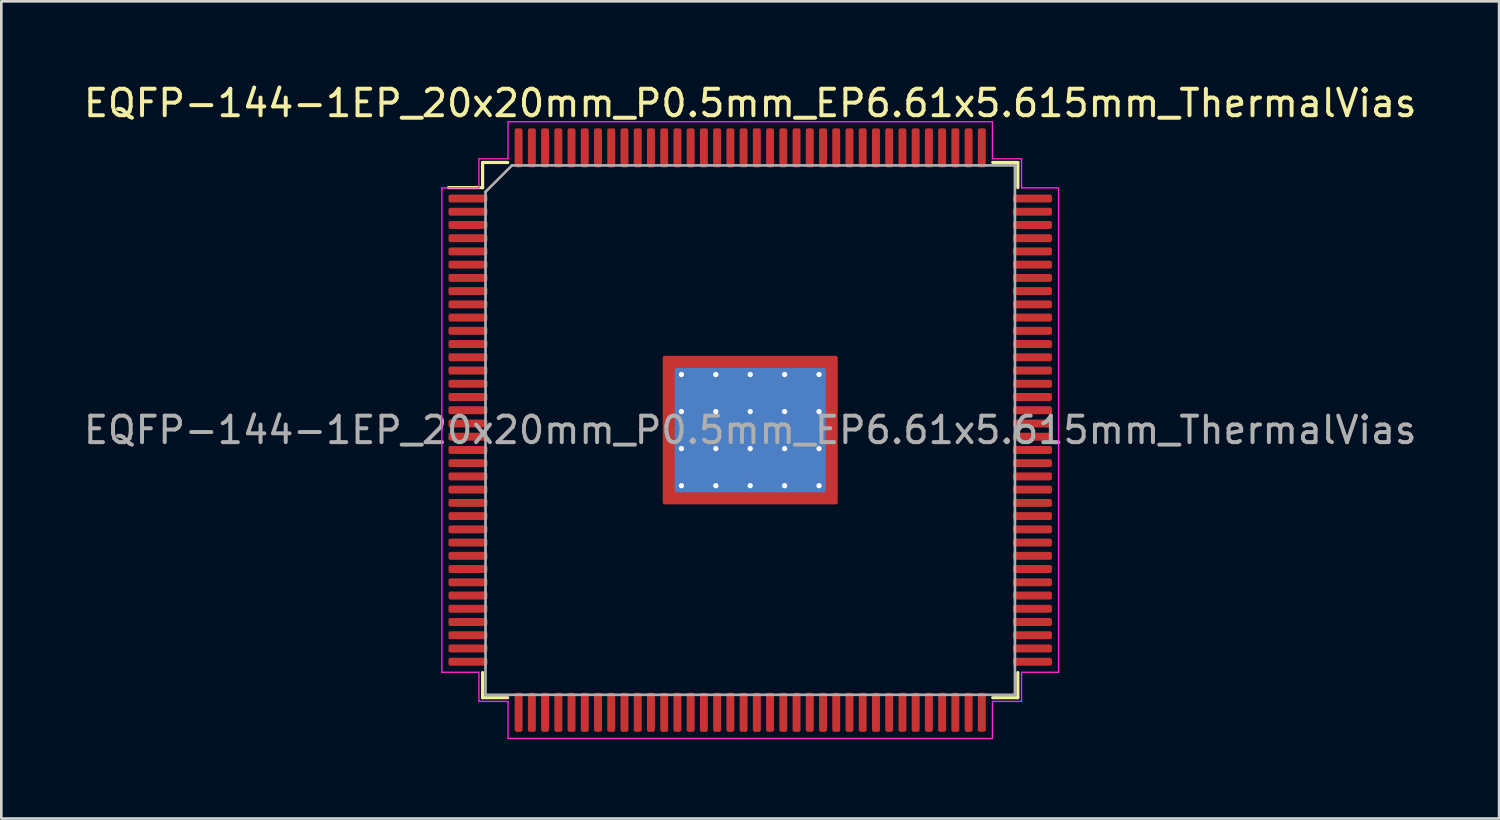
<source format=kicad_pcb>
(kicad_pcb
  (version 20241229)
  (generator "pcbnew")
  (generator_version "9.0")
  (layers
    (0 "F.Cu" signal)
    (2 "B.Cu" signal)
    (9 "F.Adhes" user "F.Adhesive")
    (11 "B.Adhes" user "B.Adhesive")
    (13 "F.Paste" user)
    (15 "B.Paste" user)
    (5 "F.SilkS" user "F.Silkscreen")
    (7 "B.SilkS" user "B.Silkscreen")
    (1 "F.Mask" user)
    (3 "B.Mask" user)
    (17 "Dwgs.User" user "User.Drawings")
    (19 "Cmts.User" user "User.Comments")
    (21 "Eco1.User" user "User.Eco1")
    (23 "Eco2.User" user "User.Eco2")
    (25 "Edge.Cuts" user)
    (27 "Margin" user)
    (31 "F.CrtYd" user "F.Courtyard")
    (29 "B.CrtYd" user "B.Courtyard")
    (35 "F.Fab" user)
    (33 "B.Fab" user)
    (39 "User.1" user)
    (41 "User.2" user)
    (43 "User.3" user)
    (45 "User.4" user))
  (footprint "EQFP-144-1EP_20x20mm_P0.5mm_EP6.61x5.615mm_ThermalVias"
    (layer "F.Cu")
    (at 25.292 13.198)
    (property "Reference" "EQFP-144-1EP_20x20mm_P0.5mm_EP6.61x5.615mm_ThermalVias" (at 0 -12.35 0) (layer "F.SilkS") (effects (font (size 1 1) (thickness 0.15))))
    (attr smd)
    (fp_line (start -10.11 -10.11) (end -10.11 -9.16) (stroke (width 0.12) (type solid)) (layer "F.SilkS"))
    (fp_line (start -10.11 -9.16) (end -11.4 -9.16) (stroke (width 0.12) (type solid)) (layer "F.SilkS"))
    (fp_line (start -10.11 10.11) (end -10.11 9.16) (stroke (width 0.12) (type solid)) (layer "F.SilkS"))
    (fp_line (start -9.16 -10.11) (end -10.11 -10.11) (stroke (width 0.12) (type solid)) (layer "F.SilkS"))
    (fp_line (start -9.16 10.11) (end -10.11 10.11) (stroke (width 0.12) (type solid)) (layer "F.SilkS"))
    (fp_line (start 9.16 -10.11) (end 10.11 -10.11) (stroke (width 0.12) (type solid)) (layer "F.SilkS"))
    (fp_line (start 9.16 10.11) (end 10.11 10.11) (stroke (width 0.12) (type solid)) (layer "F.SilkS"))
    (fp_line (start 10.11 -10.11) (end 10.11 -9.16) (stroke (width 0.12) (type solid)) (layer "F.SilkS"))
    (fp_line (start 10.11 10.11) (end 10.11 9.16) (stroke (width 0.12) (type solid)) (layer "F.SilkS"))
    (fp_line (start -11.65 -9.15) (end -11.65 0) (stroke (width 0.05) (type solid)) (layer "F.CrtYd"))
    (fp_line (start -11.65 9.15) (end -11.65 0) (stroke (width 0.05) (type solid)) (layer "F.CrtYd"))
    (fp_line (start -10.25 -10.25) (end -10.25 -9.15) (stroke (width 0.05) (type solid)) (layer "F.CrtYd"))
    (fp_line (start -10.25 -9.15) (end -11.65 -9.15) (stroke (width 0.05) (type solid)) (layer "F.CrtYd"))
    (fp_line (start -10.25 9.15) (end -11.65 9.15) (stroke (width 0.05) (type solid)) (layer "F.CrtYd"))
    (fp_line (start -10.25 10.25) (end -10.25 9.15) (stroke (width 0.05) (type solid)) (layer "F.CrtYd"))
    (fp_line (start -9.15 -11.65) (end -9.15 -10.25) (stroke (width 0.05) (type solid)) (layer "F.CrtYd"))
    (fp_line (start -9.15 -10.25) (end -10.25 -10.25) (stroke (width 0.05) (type solid)) (layer "F.CrtYd"))
    (fp_line (start -9.15 10.25) (end -10.25 10.25) (stroke (width 0.05) (type solid)) (layer "F.CrtYd"))
    (fp_line (start -9.15 11.65) (end -9.15 10.25) (stroke (width 0.05) (type solid)) (layer "F.CrtYd"))
    (fp_line (start 0 -11.65) (end -9.15 -11.65) (stroke (width 0.05) (type solid)) (layer "F.CrtYd"))
    (fp_line (start 0 -11.65) (end 9.15 -11.65) (stroke (width 0.05) (type solid)) (layer "F.CrtYd"))
    (fp_line (start 0 11.65) (end -9.15 11.65) (stroke (width 0.05) (type solid)) (layer "F.CrtYd"))
    (fp_line (start 0 11.65) (end 9.15 11.65) (stroke (width 0.05) (type solid)) (layer "F.CrtYd"))
    (fp_line (start 9.15 -11.65) (end 9.15 -10.25) (stroke (width 0.05) (type solid)) (layer "F.CrtYd"))
    (fp_line (start 9.15 -10.25) (end 10.25 -10.25) (stroke (width 0.05) (type solid)) (layer "F.CrtYd"))
    (fp_line (start 9.15 10.25) (end 10.25 10.25) (stroke (width 0.05) (type solid)) (layer "F.CrtYd"))
    (fp_line (start 9.15 11.65) (end 9.15 10.25) (stroke (width 0.05) (type solid)) (layer "F.CrtYd"))
    (fp_line (start 10.25 -10.25) (end 10.25 -9.15) (stroke (width 0.05) (type solid)) (layer "F.CrtYd"))
    (fp_line (start 10.25 -9.15) (end 11.65 -9.15) (stroke (width 0.05) (type solid)) (layer "F.CrtYd"))
    (fp_line (start 10.25 9.15) (end 11.65 9.15) (stroke (width 0.05) (type solid)) (layer "F.CrtYd"))
    (fp_line (start 10.25 10.25) (end 10.25 9.15) (stroke (width 0.05) (type solid)) (layer "F.CrtYd"))
    (fp_line (start 11.65 -9.15) (end 11.65 0) (stroke (width 0.05) (type solid)) (layer "F.CrtYd"))
    (fp_line (start 11.65 9.15) (end 11.65 0) (stroke (width 0.05) (type solid)) (layer "F.CrtYd"))
    (fp_line (start -10 -9) (end -9 -10) (stroke (width 0.1) (type solid)) (layer "F.Fab"))
    (fp_line (start -10 10) (end -10 -9) (stroke (width 0.1) (type solid)) (layer "F.Fab"))
    (fp_line (start -9 -10) (end 10 -10) (stroke (width 0.1) (type solid)) (layer "F.Fab"))
    (fp_line (start 10 -10) (end 10 10) (stroke (width 0.1) (type solid)) (layer "F.Fab"))
    (fp_line (start 10 10) (end -10 10) (stroke (width 0.1) (type solid)) (layer "F.Fab"))
    (fp_text user "${REFERENCE}" (at 0 0 0) (layer "F.Fab") (effects (font (size 1 1) (thickness 0.15))))
    (pad "" smd custom (at -2.953 -2.454) (size 0.465 0.465) (layers "F.Paste") (options (anchor circle)) (primitives (gr_poly (pts (xy -0.181 -0.182) (xy 0.181 -0.182) (xy 0.181 0.096) (xy 0.095 0.182) (xy -0.181 0.182)) (width 0.206) (fill yes))))
    (pad "" smd roundrect (at -2.953 -1.4) (size 0.568 1.129) (layers "F.Paste") (roundrect_rratio 0.25))
    (pad "" smd roundrect (at -2.953 0) (size 0.568 1.129) (layers "F.Paste") (roundrect_rratio 0.25))
    (pad "" smd roundrect (at -2.953 1.4) (size 0.568 1.129) (layers "F.Paste") (roundrect_rratio 0.25))
    (pad "" smd custom (at -2.953 2.454) (size 0.465 0.465) (layers "F.Paste") (options (anchor circle)) (primitives (gr_poly (pts (xy -0.181 -0.182) (xy 0.095 -0.182) (xy 0.181 -0.096) (xy 0.181 0.182) (xy -0.181 0.182)) (width 0.206) (fill yes))))
    (pad "" smd custom (at -1.95 -2.454) (size 0.508 0.508) (layers "F.Paste") (options (anchor circle)) (primitives (gr_poly (pts (xy -0.462 -0.223) (xy 0.462 -0.223) (xy 0.462 0.171) (xy 0.41 0.223) (xy -0.41 0.223) (xy -0.462 0.171)) (width 0.125) (fill yes))))
    (pad "" smd roundrect (at -1.95 -1.4) (size 1.048 1.129) (layers "F.Paste") (roundrect_rratio 0.239))
    (pad "" smd roundrect (at -1.95 0) (size 1.048 1.129) (layers "F.Paste") (roundrect_rratio 0.239))
    (pad "" smd roundrect (at -1.95 1.4) (size 1.048 1.129) (layers "F.Paste") (roundrect_rratio 0.239))
    (pad "" smd custom (at -1.95 2.454) (size 0.508 0.508) (layers "F.Paste") (options (anchor circle)) (primitives (gr_poly (pts (xy -0.462 -0.171) (xy -0.41 -0.223) (xy 0.41 -0.223) (xy 0.462 -0.171) (xy 0.462 0.223) (xy -0.462 0.223)) (width 0.125) (fill yes))))
    (pad "" smd custom (at -0.65 -2.454) (size 0.508 0.508) (layers "F.Paste") (options (anchor circle)) (primitives (gr_poly (pts (xy -0.462 -0.223) (xy 0.462 -0.223) (xy 0.462 0.171) (xy 0.41 0.223) (xy -0.41 0.223) (xy -0.462 0.171)) (width 0.125) (fill yes))))
    (pad "" smd roundrect (at -0.65 -1.4) (size 1.048 1.129) (layers "F.Paste") (roundrect_rratio 0.239))
    (pad "" smd roundrect (at -0.65 0) (size 1.048 1.129) (layers "F.Paste") (roundrect_rratio 0.239))
    (pad "" smd roundrect (at -0.65 1.4) (size 1.048 1.129) (layers "F.Paste") (roundrect_rratio 0.239))
    (pad "" smd custom (at -0.65 2.454) (size 0.508 0.508) (layers "F.Paste") (options (anchor circle)) (primitives (gr_poly (pts (xy -0.462 -0.171) (xy -0.41 -0.223) (xy 0.41 -0.223) (xy 0.462 -0.171) (xy 0.462 0.223) (xy -0.462 0.223)) (width 0.125) (fill yes))))
    (pad "" smd custom (at 0.65 -2.454) (size 0.508 0.508) (layers "F.Paste") (options (anchor circle)) (primitives (gr_poly (pts (xy -0.462 -0.223) (xy 0.462 -0.223) (xy 0.462 0.171) (xy 0.41 0.223) (xy -0.41 0.223) (xy -0.462 0.171)) (width 0.125) (fill yes))))
    (pad "" smd roundrect (at 0.65 -1.4) (size 1.048 1.129) (layers "F.Paste") (roundrect_rratio 0.239))
    (pad "" smd roundrect (at 0.65 0) (size 1.048 1.129) (layers "F.Paste") (roundrect_rratio 0.239))
    (pad "" smd roundrect (at 0.65 1.4) (size 1.048 1.129) (layers "F.Paste") (roundrect_rratio 0.239))
    (pad "" smd custom (at 0.65 2.454) (size 0.508 0.508) (layers "F.Paste") (options (anchor circle)) (primitives (gr_poly (pts (xy -0.462 -0.171) (xy -0.41 -0.223) (xy 0.41 -0.223) (xy 0.462 -0.171) (xy 0.462 0.223) (xy -0.462 0.223)) (width 0.125) (fill yes))))
    (pad "" smd custom (at 1.95 -2.454) (size 0.508 0.508) (layers "F.Paste") (options (anchor circle)) (primitives (gr_poly (pts (xy -0.462 -0.223) (xy 0.462 -0.223) (xy 0.462 0.171) (xy 0.41 0.223) (xy -0.41 0.223) (xy -0.462 0.171)) (width 0.125) (fill yes))))
    (pad "" smd roundrect (at 1.95 -1.4) (size 1.048 1.129) (layers "F.Paste") (roundrect_rratio 0.239))
    (pad "" smd roundrect (at 1.95 0) (size 1.048 1.129) (layers "F.Paste") (roundrect_rratio 0.239))
    (pad "" smd roundrect (at 1.95 1.4) (size 1.048 1.129) (layers "F.Paste") (roundrect_rratio 0.239))
    (pad "" smd custom (at 1.95 2.454) (size 0.508 0.508) (layers "F.Paste") (options (anchor circle)) (primitives (gr_poly (pts (xy -0.462 -0.171) (xy -0.41 -0.223) (xy 0.41 -0.223) (xy 0.462 -0.171) (xy 0.462 0.223) (xy -0.462 0.223)) (width 0.125) (fill yes))))
    (pad "" smd custom (at 2.953 -2.454) (size 0.465 0.465) (layers "F.Paste") (options (anchor circle)) (primitives (gr_poly (pts (xy -0.181 -0.182) (xy 0.181 -0.182) (xy 0.181 0.182) (xy -0.095 0.182) (xy -0.181 0.096)) (width 0.206) (fill yes))))
    (pad "" smd roundrect (at 2.953 -1.4) (size 0.568 1.129) (layers "F.Paste") (roundrect_rratio 0.25))
    (pad "" smd roundrect (at 2.953 0) (size 0.568 1.129) (layers "F.Paste") (roundrect_rratio 0.25))
    (pad "" smd roundrect (at 2.953 1.4) (size 0.568 1.129) (layers "F.Paste") (roundrect_rratio 0.25))
    (pad "" smd custom (at 2.953 2.454) (size 0.465 0.465) (layers "F.Paste") (options (anchor circle)) (primitives (gr_poly (pts (xy -0.181 -0.096) (xy -0.095 -0.182) (xy 0.181 -0.182) (xy 0.181 0.182) (xy -0.181 0.182)) (width 0.206) (fill yes))))
    (pad "1" smd roundrect (at -10.662 -8.75) (size 1.475 0.3) (layers "F.Cu" "F.Mask" "F.Paste") (roundrect_rratio 0.25))
    (pad "2" smd roundrect (at -10.662 -8.25) (size 1.475 0.3) (layers "F.Cu" "F.Mask" "F.Paste") (roundrect_rratio 0.25))
    (pad "3" smd roundrect (at -10.662 -7.75) (size 1.475 0.3) (layers "F.Cu" "F.Mask" "F.Paste") (roundrect_rratio 0.25))
    (pad "4" smd roundrect (at -10.662 -7.25) (size 1.475 0.3) (layers "F.Cu" "F.Mask" "F.Paste") (roundrect_rratio 0.25))
    (pad "5" smd roundrect (at -10.662 -6.75) (size 1.475 0.3) (layers "F.Cu" "F.Mask" "F.Paste") (roundrect_rratio 0.25))
    (pad "6" smd roundrect (at -10.662 -6.25) (size 1.475 0.3) (layers "F.Cu" "F.Mask" "F.Paste") (roundrect_rratio 0.25))
    (pad "7" smd roundrect (at -10.662 -5.75) (size 1.475 0.3) (layers "F.Cu" "F.Mask" "F.Paste") (roundrect_rratio 0.25))
    (pad "8" smd roundrect (at -10.662 -5.25) (size 1.475 0.3) (layers "F.Cu" "F.Mask" "F.Paste") (roundrect_rratio 0.25))
    (pad "9" smd roundrect (at -10.662 -4.75) (size 1.475 0.3) (layers "F.Cu" "F.Mask" "F.Paste") (roundrect_rratio 0.25))
    (pad "10" smd roundrect (at -10.662 -4.25) (size 1.475 0.3) (layers "F.Cu" "F.Mask" "F.Paste") (roundrect_rratio 0.25))
    (pad "11" smd roundrect (at -10.662 -3.75) (size 1.475 0.3) (layers "F.Cu" "F.Mask" "F.Paste") (roundrect_rratio 0.25))
    (pad "12" smd roundrect (at -10.662 -3.25) (size 1.475 0.3) (layers "F.Cu" "F.Mask" "F.Paste") (roundrect_rratio 0.25))
    (pad "13" smd roundrect (at -10.662 -2.75) (size 1.475 0.3) (layers "F.Cu" "F.Mask" "F.Paste") (roundrect_rratio 0.25))
    (pad "14" smd roundrect (at -10.662 -2.25) (size 1.475 0.3) (layers "F.Cu" "F.Mask" "F.Paste") (roundrect_rratio 0.25))
    (pad "15" smd roundrect (at -10.662 -1.75) (size 1.475 0.3) (layers "F.Cu" "F.Mask" "F.Paste") (roundrect_rratio 0.25))
    (pad "16" smd roundrect (at -10.662 -1.25) (size 1.475 0.3) (layers "F.Cu" "F.Mask" "F.Paste") (roundrect_rratio 0.25))
    (pad "17" smd roundrect (at -10.662 -0.75) (size 1.475 0.3) (layers "F.Cu" "F.Mask" "F.Paste") (roundrect_rratio 0.25))
    (pad "18" smd roundrect (at -10.662 -0.25) (size 1.475 0.3) (layers "F.Cu" "F.Mask" "F.Paste") (roundrect_rratio 0.25))
    (pad "19" smd roundrect (at -10.662 0.25) (size 1.475 0.3) (layers "F.Cu" "F.Mask" "F.Paste") (roundrect_rratio 0.25))
    (pad "20" smd roundrect (at -10.662 0.75) (size 1.475 0.3) (layers "F.Cu" "F.Mask" "F.Paste") (roundrect_rratio 0.25))
    (pad "21" smd roundrect (at -10.662 1.25) (size 1.475 0.3) (layers "F.Cu" "F.Mask" "F.Paste") (roundrect_rratio 0.25))
    (pad "22" smd roundrect (at -10.662 1.75) (size 1.475 0.3) (layers "F.Cu" "F.Mask" "F.Paste") (roundrect_rratio 0.25))
    (pad "23" smd roundrect (at -10.662 2.25) (size 1.475 0.3) (layers "F.Cu" "F.Mask" "F.Paste") (roundrect_rratio 0.25))
    (pad "24" smd roundrect (at -10.662 2.75) (size 1.475 0.3) (layers "F.Cu" "F.Mask" "F.Paste") (roundrect_rratio 0.25))
    (pad "25" smd roundrect (at -10.662 3.25) (size 1.475 0.3) (layers "F.Cu" "F.Mask" "F.Paste") (roundrect_rratio 0.25))
    (pad "26" smd roundrect (at -10.662 3.75) (size 1.475 0.3) (layers "F.Cu" "F.Mask" "F.Paste") (roundrect_rratio 0.25))
    (pad "27" smd roundrect (at -10.662 4.25) (size 1.475 0.3) (layers "F.Cu" "F.Mask" "F.Paste") (roundrect_rratio 0.25))
    (pad "28" smd roundrect (at -10.662 4.75) (size 1.475 0.3) (layers "F.Cu" "F.Mask" "F.Paste") (roundrect_rratio 0.25))
    (pad "29" smd roundrect (at -10.662 5.25) (size 1.475 0.3) (layers "F.Cu" "F.Mask" "F.Paste") (roundrect_rratio 0.25))
    (pad "30" smd roundrect (at -10.662 5.75) (size 1.475 0.3) (layers "F.Cu" "F.Mask" "F.Paste") (roundrect_rratio 0.25))
    (pad "31" smd roundrect (at -10.662 6.25) (size 1.475 0.3) (layers "F.Cu" "F.Mask" "F.Paste") (roundrect_rratio 0.25))
    (pad "32" smd roundrect (at -10.662 6.75) (size 1.475 0.3) (layers "F.Cu" "F.Mask" "F.Paste") (roundrect_rratio 0.25))
    (pad "33" smd roundrect (at -10.662 7.25) (size 1.475 0.3) (layers "F.Cu" "F.Mask" "F.Paste") (roundrect_rratio 0.25))
    (pad "34" smd roundrect (at -10.662 7.75) (size 1.475 0.3) (layers "F.Cu" "F.Mask" "F.Paste") (roundrect_rratio 0.25))
    (pad "35" smd roundrect (at -10.662 8.25) (size 1.475 0.3) (layers "F.Cu" "F.Mask" "F.Paste") (roundrect_rratio 0.25))
    (pad "36" smd roundrect (at -10.662 8.75) (size 1.475 0.3) (layers "F.Cu" "F.Mask" "F.Paste") (roundrect_rratio 0.25))
    (pad "37" smd roundrect (at -8.75 10.662) (size 0.3 1.475) (layers "F.Cu" "F.Mask" "F.Paste") (roundrect_rratio 0.25))
    (pad "38" smd roundrect (at -8.25 10.662) (size 0.3 1.475) (layers "F.Cu" "F.Mask" "F.Paste") (roundrect_rratio 0.25))
    (pad "39" smd roundrect (at -7.75 10.662) (size 0.3 1.475) (layers "F.Cu" "F.Mask" "F.Paste") (roundrect_rratio 0.25))
    (pad "40" smd roundrect (at -7.25 10.662) (size 0.3 1.475) (layers "F.Cu" "F.Mask" "F.Paste") (roundrect_rratio 0.25))
    (pad "41" smd roundrect (at -6.75 10.662) (size 0.3 1.475) (layers "F.Cu" "F.Mask" "F.Paste") (roundrect_rratio 0.25))
    (pad "42" smd roundrect (at -6.25 10.662) (size 0.3 1.475) (layers "F.Cu" "F.Mask" "F.Paste") (roundrect_rratio 0.25))
    (pad "43" smd roundrect (at -5.75 10.662) (size 0.3 1.475) (layers "F.Cu" "F.Mask" "F.Paste") (roundrect_rratio 0.25))
    (pad "44" smd roundrect (at -5.25 10.662) (size 0.3 1.475) (layers "F.Cu" "F.Mask" "F.Paste") (roundrect_rratio 0.25))
    (pad "45" smd roundrect (at -4.75 10.662) (size 0.3 1.475) (layers "F.Cu" "F.Mask" "F.Paste") (roundrect_rratio 0.25))
    (pad "46" smd roundrect (at -4.25 10.662) (size 0.3 1.475) (layers "F.Cu" "F.Mask" "F.Paste") (roundrect_rratio 0.25))
    (pad "47" smd roundrect (at -3.75 10.662) (size 0.3 1.475) (layers "F.Cu" "F.Mask" "F.Paste") (roundrect_rratio 0.25))
    (pad "48" smd roundrect (at -3.25 10.662) (size 0.3 1.475) (layers "F.Cu" "F.Mask" "F.Paste") (roundrect_rratio 0.25))
    (pad "49" smd roundrect (at -2.75 10.662) (size 0.3 1.475) (layers "F.Cu" "F.Mask" "F.Paste") (roundrect_rratio 0.25))
    (pad "50" smd roundrect (at -2.25 10.662) (size 0.3 1.475) (layers "F.Cu" "F.Mask" "F.Paste") (roundrect_rratio 0.25))
    (pad "51" smd roundrect (at -1.75 10.662) (size 0.3 1.475) (layers "F.Cu" "F.Mask" "F.Paste") (roundrect_rratio 0.25))
    (pad "52" smd roundrect (at -1.25 10.662) (size 0.3 1.475) (layers "F.Cu" "F.Mask" "F.Paste") (roundrect_rratio 0.25))
    (pad "53" smd roundrect (at -0.75 10.662) (size 0.3 1.475) (layers "F.Cu" "F.Mask" "F.Paste") (roundrect_rratio 0.25))
    (pad "54" smd roundrect (at -0.25 10.662) (size 0.3 1.475) (layers "F.Cu" "F.Mask" "F.Paste") (roundrect_rratio 0.25))
    (pad "55" smd roundrect (at 0.25 10.662) (size 0.3 1.475) (layers "F.Cu" "F.Mask" "F.Paste") (roundrect_rratio 0.25))
    (pad "56" smd roundrect (at 0.75 10.662) (size 0.3 1.475) (layers "F.Cu" "F.Mask" "F.Paste") (roundrect_rratio 0.25))
    (pad "57" smd roundrect (at 1.25 10.662) (size 0.3 1.475) (layers "F.Cu" "F.Mask" "F.Paste") (roundrect_rratio 0.25))
    (pad "58" smd roundrect (at 1.75 10.662) (size 0.3 1.475) (layers "F.Cu" "F.Mask" "F.Paste") (roundrect_rratio 0.25))
    (pad "59" smd roundrect (at 2.25 10.662) (size 0.3 1.475) (layers "F.Cu" "F.Mask" "F.Paste") (roundrect_rratio 0.25))
    (pad "60" smd roundrect (at 2.75 10.662) (size 0.3 1.475) (layers "F.Cu" "F.Mask" "F.Paste") (roundrect_rratio 0.25))
    (pad "61" smd roundrect (at 3.25 10.662) (size 0.3 1.475) (layers "F.Cu" "F.Mask" "F.Paste") (roundrect_rratio 0.25))
    (pad "62" smd roundrect (at 3.75 10.662) (size 0.3 1.475) (layers "F.Cu" "F.Mask" "F.Paste") (roundrect_rratio 0.25))
    (pad "63" smd roundrect (at 4.25 10.662) (size 0.3 1.475) (layers "F.Cu" "F.Mask" "F.Paste") (roundrect_rratio 0.25))
    (pad "64" smd roundrect (at 4.75 10.662) (size 0.3 1.475) (layers "F.Cu" "F.Mask" "F.Paste") (roundrect_rratio 0.25))
    (pad "65" smd roundrect (at 5.25 10.662) (size 0.3 1.475) (layers "F.Cu" "F.Mask" "F.Paste") (roundrect_rratio 0.25))
    (pad "66" smd roundrect (at 5.75 10.662) (size 0.3 1.475) (layers "F.Cu" "F.Mask" "F.Paste") (roundrect_rratio 0.25))
    (pad "67" smd roundrect (at 6.25 10.662) (size 0.3 1.475) (layers "F.Cu" "F.Mask" "F.Paste") (roundrect_rratio 0.25))
    (pad "68" smd roundrect (at 6.75 10.662) (size 0.3 1.475) (layers "F.Cu" "F.Mask" "F.Paste") (roundrect_rratio 0.25))
    (pad "69" smd roundrect (at 7.25 10.662) (size 0.3 1.475) (layers "F.Cu" "F.Mask" "F.Paste") (roundrect_rratio 0.25))
    (pad "70" smd roundrect (at 7.75 10.662) (size 0.3 1.475) (layers "F.Cu" "F.Mask" "F.Paste") (roundrect_rratio 0.25))
    (pad "71" smd roundrect (at 8.25 10.662) (size 0.3 1.475) (layers "F.Cu" "F.Mask" "F.Paste") (roundrect_rratio 0.25))
    (pad "72" smd roundrect (at 8.75 10.662) (size 0.3 1.475) (layers "F.Cu" "F.Mask" "F.Paste") (roundrect_rratio 0.25))
    (pad "73" smd roundrect (at 10.662 8.75) (size 1.475 0.3) (layers "F.Cu" "F.Mask" "F.Paste") (roundrect_rratio 0.25))
    (pad "74" smd roundrect (at 10.662 8.25) (size 1.475 0.3) (layers "F.Cu" "F.Mask" "F.Paste") (roundrect_rratio 0.25))
    (pad "75" smd roundrect (at 10.662 7.75) (size 1.475 0.3) (layers "F.Cu" "F.Mask" "F.Paste") (roundrect_rratio 0.25))
    (pad "76" smd roundrect (at 10.662 7.25) (size 1.475 0.3) (layers "F.Cu" "F.Mask" "F.Paste") (roundrect_rratio 0.25))
    (pad "77" smd roundrect (at 10.662 6.75) (size 1.475 0.3) (layers "F.Cu" "F.Mask" "F.Paste") (roundrect_rratio 0.25))
    (pad "78" smd roundrect (at 10.662 6.25) (size 1.475 0.3) (layers "F.Cu" "F.Mask" "F.Paste") (roundrect_rratio 0.25))
    (pad "79" smd roundrect (at 10.662 5.75) (size 1.475 0.3) (layers "F.Cu" "F.Mask" "F.Paste") (roundrect_rratio 0.25))
    (pad "80" smd roundrect (at 10.662 5.25) (size 1.475 0.3) (layers "F.Cu" "F.Mask" "F.Paste") (roundrect_rratio 0.25))
    (pad "81" smd roundrect (at 10.662 4.75) (size 1.475 0.3) (layers "F.Cu" "F.Mask" "F.Paste") (roundrect_rratio 0.25))
    (pad "82" smd roundrect (at 10.662 4.25) (size 1.475 0.3) (layers "F.Cu" "F.Mask" "F.Paste") (roundrect_rratio 0.25))
    (pad "83" smd roundrect (at 10.662 3.75) (size 1.475 0.3) (layers "F.Cu" "F.Mask" "F.Paste") (roundrect_rratio 0.25))
    (pad "84" smd roundrect (at 10.662 3.25) (size 1.475 0.3) (layers "F.Cu" "F.Mask" "F.Paste") (roundrect_rratio 0.25))
    (pad "85" smd roundrect (at 10.662 2.75) (size 1.475 0.3) (layers "F.Cu" "F.Mask" "F.Paste") (roundrect_rratio 0.25))
    (pad "86" smd roundrect (at 10.662 2.25) (size 1.475 0.3) (layers "F.Cu" "F.Mask" "F.Paste") (roundrect_rratio 0.25))
    (pad "87" smd roundrect (at 10.662 1.75) (size 1.475 0.3) (layers "F.Cu" "F.Mask" "F.Paste") (roundrect_rratio 0.25))
    (pad "88" smd roundrect (at 10.662 1.25) (size 1.475 0.3) (layers "F.Cu" "F.Mask" "F.Paste") (roundrect_rratio 0.25))
    (pad "89" smd roundrect (at 10.662 0.75) (size 1.475 0.3) (layers "F.Cu" "F.Mask" "F.Paste") (roundrect_rratio 0.25))
    (pad "90" smd roundrect (at 10.662 0.25) (size 1.475 0.3) (layers "F.Cu" "F.Mask" "F.Paste") (roundrect_rratio 0.25))
    (pad "91" smd roundrect (at 10.662 -0.25) (size 1.475 0.3) (layers "F.Cu" "F.Mask" "F.Paste") (roundrect_rratio 0.25))
    (pad "92" smd roundrect (at 10.662 -0.75) (size 1.475 0.3) (layers "F.Cu" "F.Mask" "F.Paste") (roundrect_rratio 0.25))
    (pad "93" smd roundrect (at 10.662 -1.25) (size 1.475 0.3) (layers "F.Cu" "F.Mask" "F.Paste") (roundrect_rratio 0.25))
    (pad "94" smd roundrect (at 10.662 -1.75) (size 1.475 0.3) (layers "F.Cu" "F.Mask" "F.Paste") (roundrect_rratio 0.25))
    (pad "95" smd roundrect (at 10.662 -2.25) (size 1.475 0.3) (layers "F.Cu" "F.Mask" "F.Paste") (roundrect_rratio 0.25))
    (pad "96" smd roundrect (at 10.662 -2.75) (size 1.475 0.3) (layers "F.Cu" "F.Mask" "F.Paste") (roundrect_rratio 0.25))
    (pad "97" smd roundrect (at 10.662 -3.25) (size 1.475 0.3) (layers "F.Cu" "F.Mask" "F.Paste") (roundrect_rratio 0.25))
    (pad "98" smd roundrect (at 10.662 -3.75) (size 1.475 0.3) (layers "F.Cu" "F.Mask" "F.Paste") (roundrect_rratio 0.25))
    (pad "99" smd roundrect (at 10.662 -4.25) (size 1.475 0.3) (layers "F.Cu" "F.Mask" "F.Paste") (roundrect_rratio 0.25))
    (pad "100" smd roundrect (at 10.662 -4.75) (size 1.475 0.3) (layers "F.Cu" "F.Mask" "F.Paste") (roundrect_rratio 0.25))
    (pad "101" smd roundrect (at 10.662 -5.25) (size 1.475 0.3) (layers "F.Cu" "F.Mask" "F.Paste") (roundrect_rratio 0.25))
    (pad "102" smd roundrect (at 10.662 -5.75) (size 1.475 0.3) (layers "F.Cu" "F.Mask" "F.Paste") (roundrect_rratio 0.25))
    (pad "103" smd roundrect (at 10.662 -6.25) (size 1.475 0.3) (layers "F.Cu" "F.Mask" "F.Paste") (roundrect_rratio 0.25))
    (pad "104" smd roundrect (at 10.662 -6.75) (size 1.475 0.3) (layers "F.Cu" "F.Mask" "F.Paste") (roundrect_rratio 0.25))
    (pad "105" smd roundrect (at 10.662 -7.25) (size 1.475 0.3) (layers "F.Cu" "F.Mask" "F.Paste") (roundrect_rratio 0.25))
    (pad "106" smd roundrect (at 10.662 -7.75) (size 1.475 0.3) (layers "F.Cu" "F.Mask" "F.Paste") (roundrect_rratio 0.25))
    (pad "107" smd roundrect (at 10.662 -8.25) (size 1.475 0.3) (layers "F.Cu" "F.Mask" "F.Paste") (roundrect_rratio 0.25))
    (pad "108" smd roundrect (at 10.662 -8.75) (size 1.475 0.3) (layers "F.Cu" "F.Mask" "F.Paste") (roundrect_rratio 0.25))
    (pad "109" smd roundrect (at 8.75 -10.662) (size 0.3 1.475) (layers "F.Cu" "F.Mask" "F.Paste") (roundrect_rratio 0.25))
    (pad "110" smd roundrect (at 8.25 -10.662) (size 0.3 1.475) (layers "F.Cu" "F.Mask" "F.Paste") (roundrect_rratio 0.25))
    (pad "111" smd roundrect (at 7.75 -10.662) (size 0.3 1.475) (layers "F.Cu" "F.Mask" "F.Paste") (roundrect_rratio 0.25))
    (pad "112" smd roundrect (at 7.25 -10.662) (size 0.3 1.475) (layers "F.Cu" "F.Mask" "F.Paste") (roundrect_rratio 0.25))
    (pad "113" smd roundrect (at 6.75 -10.662) (size 0.3 1.475) (layers "F.Cu" "F.Mask" "F.Paste") (roundrect_rratio 0.25))
    (pad "114" smd roundrect (at 6.25 -10.662) (size 0.3 1.475) (layers "F.Cu" "F.Mask" "F.Paste") (roundrect_rratio 0.25))
    (pad "115" smd roundrect (at 5.75 -10.662) (size 0.3 1.475) (layers "F.Cu" "F.Mask" "F.Paste") (roundrect_rratio 0.25))
    (pad "116" smd roundrect (at 5.25 -10.662) (size 0.3 1.475) (layers "F.Cu" "F.Mask" "F.Paste") (roundrect_rratio 0.25))
    (pad "117" smd roundrect (at 4.75 -10.662) (size 0.3 1.475) (layers "F.Cu" "F.Mask" "F.Paste") (roundrect_rratio 0.25))
    (pad "118" smd roundrect (at 4.25 -10.662) (size 0.3 1.475) (layers "F.Cu" "F.Mask" "F.Paste") (roundrect_rratio 0.25))
    (pad "119" smd roundrect (at 3.75 -10.662) (size 0.3 1.475) (layers "F.Cu" "F.Mask" "F.Paste") (roundrect_rratio 0.25))
    (pad "120" smd roundrect (at 3.25 -10.662) (size 0.3 1.475) (layers "F.Cu" "F.Mask" "F.Paste") (roundrect_rratio 0.25))
    (pad "121" smd roundrect (at 2.75 -10.662) (size 0.3 1.475) (layers "F.Cu" "F.Mask" "F.Paste") (roundrect_rratio 0.25))
    (pad "122" smd roundrect (at 2.25 -10.662) (size 0.3 1.475) (layers "F.Cu" "F.Mask" "F.Paste") (roundrect_rratio 0.25))
    (pad "123" smd roundrect (at 1.75 -10.662) (size 0.3 1.475) (layers "F.Cu" "F.Mask" "F.Paste") (roundrect_rratio 0.25))
    (pad "124" smd roundrect (at 1.25 -10.662) (size 0.3 1.475) (layers "F.Cu" "F.Mask" "F.Paste") (roundrect_rratio 0.25))
    (pad "125" smd roundrect (at 0.75 -10.662) (size 0.3 1.475) (layers "F.Cu" "F.Mask" "F.Paste") (roundrect_rratio 0.25))
    (pad "126" smd roundrect (at 0.25 -10.662) (size 0.3 1.475) (layers "F.Cu" "F.Mask" "F.Paste") (roundrect_rratio 0.25))
    (pad "127" smd roundrect (at -0.25 -10.662) (size 0.3 1.475) (layers "F.Cu" "F.Mask" "F.Paste") (roundrect_rratio 0.25))
    (pad "128" smd roundrect (at -0.75 -10.662) (size 0.3 1.475) (layers "F.Cu" "F.Mask" "F.Paste") (roundrect_rratio 0.25))
    (pad "129" smd roundrect (at -1.25 -10.662) (size 0.3 1.475) (layers "F.Cu" "F.Mask" "F.Paste") (roundrect_rratio 0.25))
    (pad "130" smd roundrect (at -1.75 -10.662) (size 0.3 1.475) (layers "F.Cu" "F.Mask" "F.Paste") (roundrect_rratio 0.25))
    (pad "131" smd roundrect (at -2.25 -10.662) (size 0.3 1.475) (layers "F.Cu" "F.Mask" "F.Paste") (roundrect_rratio 0.25))
    (pad "132" smd roundrect (at -2.75 -10.662) (size 0.3 1.475) (layers "F.Cu" "F.Mask" "F.Paste") (roundrect_rratio 0.25))
    (pad "133" smd roundrect (at -3.25 -10.662) (size 0.3 1.475) (layers "F.Cu" "F.Mask" "F.Paste") (roundrect_rratio 0.25))
    (pad "134" smd roundrect (at -3.75 -10.662) (size 0.3 1.475) (layers "F.Cu" "F.Mask" "F.Paste") (roundrect_rratio 0.25))
    (pad "135" smd roundrect (at -4.25 -10.662) (size 0.3 1.475) (layers "F.Cu" "F.Mask" "F.Paste") (roundrect_rratio 0.25))
    (pad "136" smd roundrect (at -4.75 -10.662) (size 0.3 1.475) (layers "F.Cu" "F.Mask" "F.Paste") (roundrect_rratio 0.25))
    (pad "137" smd roundrect (at -5.25 -10.662) (size 0.3 1.475) (layers "F.Cu" "F.Mask" "F.Paste") (roundrect_rratio 0.25))
    (pad "138" smd roundrect (at -5.75 -10.662) (size 0.3 1.475) (layers "F.Cu" "F.Mask" "F.Paste") (roundrect_rratio 0.25))
    (pad "139" smd roundrect (at -6.25 -10.662) (size 0.3 1.475) (layers "F.Cu" "F.Mask" "F.Paste") (roundrect_rratio 0.25))
    (pad "140" smd roundrect (at -6.75 -10.662) (size 0.3 1.475) (layers "F.Cu" "F.Mask" "F.Paste") (roundrect_rratio 0.25))
    (pad "141" smd roundrect (at -7.25 -10.662) (size 0.3 1.475) (layers "F.Cu" "F.Mask" "F.Paste") (roundrect_rratio 0.25))
    (pad "142" smd roundrect (at -7.75 -10.662) (size 0.3 1.475) (layers "F.Cu" "F.Mask" "F.Paste") (roundrect_rratio 0.25))
    (pad "143" smd roundrect (at -8.25 -10.662) (size 0.3 1.475) (layers "F.Cu" "F.Mask" "F.Paste") (roundrect_rratio 0.25))
    (pad "144" smd roundrect (at -8.75 -10.662) (size 0.3 1.475) (layers "F.Cu" "F.Mask" "F.Paste") (roundrect_rratio 0.25))
    (pad "145" thru_hole circle (at -2.6 -2.1) (size 0.5 0.5) (drill 0.2) (layers "*.Cu"))
    (pad "145" thru_hole circle (at -2.6 -0.7) (size 0.5 0.5) (drill 0.2) (layers "*.Cu"))
    (pad "145" thru_hole circle (at -2.6 0.7) (size 0.5 0.5) (drill 0.2) (layers "*.Cu"))
    (pad "145" thru_hole circle (at -2.6 2.1) (size 0.5 0.5) (drill 0.2) (layers "*.Cu"))
    (pad "145" thru_hole circle (at -1.3 -2.1) (size 0.5 0.5) (drill 0.2) (layers "*.Cu"))
    (pad "145" thru_hole circle (at -1.3 -0.7) (size 0.5 0.5) (drill 0.2) (layers "*.Cu"))
    (pad "145" thru_hole circle (at -1.3 0.7) (size 0.5 0.5) (drill 0.2) (layers "*.Cu"))
    (pad "145" thru_hole circle (at -1.3 2.1) (size 0.5 0.5) (drill 0.2) (layers "*.Cu"))
    (pad "145" thru_hole circle (at 0 -2.1) (size 0.5 0.5) (drill 0.2) (layers "*.Cu"))
    (pad "145" thru_hole circle (at 0 -0.7) (size 0.5 0.5) (drill 0.2) (layers "*.Cu"))
    (pad "145" smd roundrect (at 0 0) (size 5.7 4.7) (layers "B.Cu") (roundrect_rratio 0.016))
    (pad "145" smd roundrect (at 0 0) (size 6.61 5.615) (layers "F.Cu" "F.Mask") (roundrect_rratio 0.013))
    (pad "145" thru_hole circle (at 0 0.7) (size 0.5 0.5) (drill 0.2) (layers "*.Cu"))
    (pad "145" thru_hole circle (at 0 2.1) (size 0.5 0.5) (drill 0.2) (layers "*.Cu"))
    (pad "145" thru_hole circle (at 1.3 -2.1) (size 0.5 0.5) (drill 0.2) (layers "*.Cu"))
    (pad "145" thru_hole circle (at 1.3 -0.7) (size 0.5 0.5) (drill 0.2) (layers "*.Cu"))
    (pad "145" thru_hole circle (at 1.3 0.7) (size 0.5 0.5) (drill 0.2) (layers "*.Cu"))
    (pad "145" thru_hole circle (at 1.3 2.1) (size 0.5 0.5) (drill 0.2) (layers "*.Cu"))
    (pad "145" thru_hole circle (at 2.6 -2.1) (size 0.5 0.5) (drill 0.2) (layers "*.Cu"))
    (pad "145" thru_hole circle (at 2.6 -0.7) (size 0.5 0.5) (drill 0.2) (layers "*.Cu"))
    (pad "145" thru_hole circle (at 2.6 0.7) (size 0.5 0.5) (drill 0.2) (layers "*.Cu"))
    (pad "145" thru_hole circle (at 2.6 2.1) (size 0.5 0.5) (drill 0.2) (layers "*.Cu")))
  (gr_rect
    (start -3 -3)
    (end 53.583 27.873)
    (stroke (width 0.1) (type default))
    (fill no)
    (layer "Edge.Cuts")))
</source>
